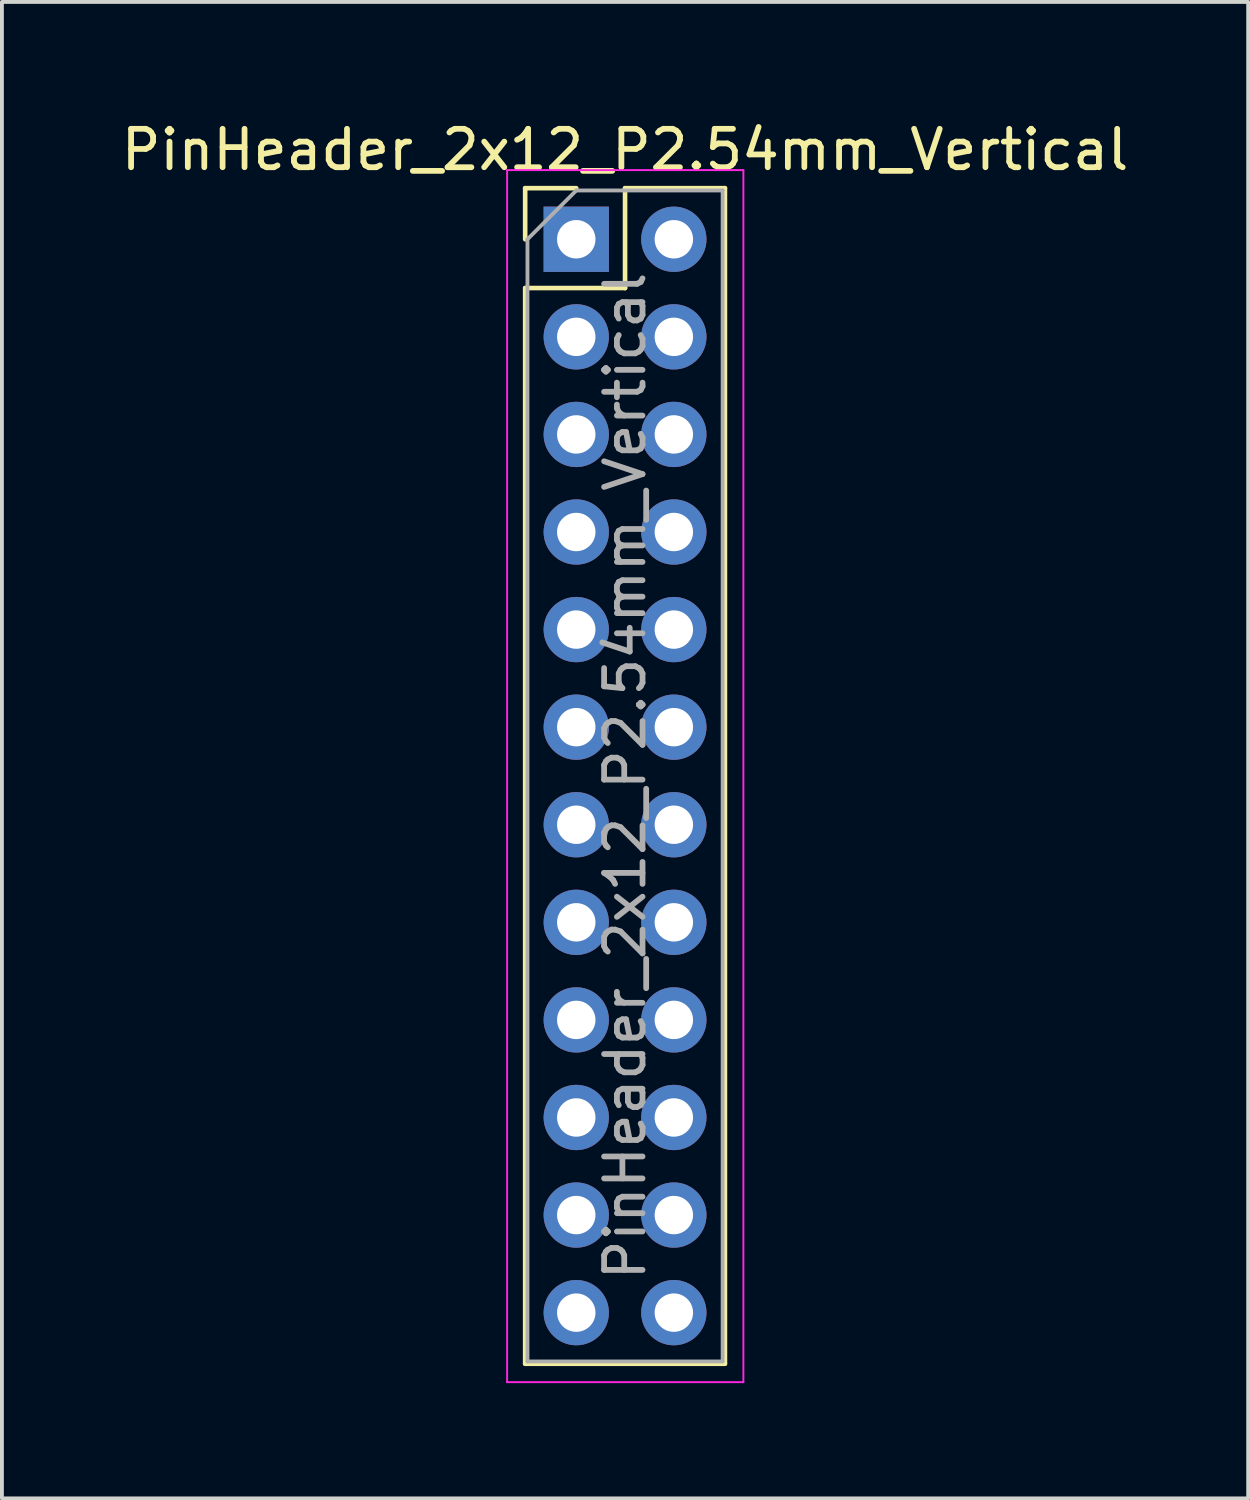
<source format=kicad_pcb>
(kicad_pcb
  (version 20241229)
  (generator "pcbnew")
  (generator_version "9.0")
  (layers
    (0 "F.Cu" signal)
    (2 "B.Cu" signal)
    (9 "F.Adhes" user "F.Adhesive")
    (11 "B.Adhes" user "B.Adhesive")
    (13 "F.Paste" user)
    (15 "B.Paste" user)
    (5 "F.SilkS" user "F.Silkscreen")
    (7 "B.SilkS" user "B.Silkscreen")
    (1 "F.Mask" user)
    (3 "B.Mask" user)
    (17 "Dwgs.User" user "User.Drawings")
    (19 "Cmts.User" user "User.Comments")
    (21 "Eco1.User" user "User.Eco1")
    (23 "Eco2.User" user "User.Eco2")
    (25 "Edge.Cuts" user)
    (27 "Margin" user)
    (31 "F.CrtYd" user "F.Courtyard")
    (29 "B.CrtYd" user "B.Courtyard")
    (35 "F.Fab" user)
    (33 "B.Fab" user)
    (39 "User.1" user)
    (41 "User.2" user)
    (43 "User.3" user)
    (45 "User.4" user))
  (footprint "PinHeader_2x12_P2.54mm_Vertical"
    (layer "F.Cu")
    (at 11.95 3.178)
    (property "Reference" "PinHeader_2x12_P2.54mm_Vertical" (at 1.27 -2.33 0) (layer "F.SilkS") (effects (font (size 1 1) (thickness 0.15))))
    (attr through_hole)
    (fp_line (start -1.33 -1.33) (end 0 -1.33) (stroke (width 0.12) (type solid)) (layer "F.SilkS"))
    (fp_line (start -1.33 0) (end -1.33 -1.33) (stroke (width 0.12) (type solid)) (layer "F.SilkS"))
    (fp_line (start -1.33 1.27) (end -1.33 29.27) (stroke (width 0.12) (type solid)) (layer "F.SilkS"))
    (fp_line (start -1.33 1.27) (end 1.27 1.27) (stroke (width 0.12) (type solid)) (layer "F.SilkS"))
    (fp_line (start -1.33 29.27) (end 3.87 29.27) (stroke (width 0.12) (type solid)) (layer "F.SilkS"))
    (fp_line (start 1.27 -1.33) (end 3.87 -1.33) (stroke (width 0.12) (type solid)) (layer "F.SilkS"))
    (fp_line (start 1.27 1.27) (end 1.27 -1.33) (stroke (width 0.12) (type solid)) (layer "F.SilkS"))
    (fp_line (start 3.87 -1.33) (end 3.87 29.27) (stroke (width 0.12) (type solid)) (layer "F.SilkS"))
    (fp_line (start -1.8 -1.8) (end -1.8 29.75) (stroke (width 0.05) (type solid)) (layer "F.CrtYd"))
    (fp_line (start -1.8 29.75) (end 4.35 29.75) (stroke (width 0.05) (type solid)) (layer "F.CrtYd"))
    (fp_line (start 4.35 -1.8) (end -1.8 -1.8) (stroke (width 0.05) (type solid)) (layer "F.CrtYd"))
    (fp_line (start 4.35 29.75) (end 4.35 -1.8) (stroke (width 0.05) (type solid)) (layer "F.CrtYd"))
    (fp_line (start -1.27 0) (end 0 -1.27) (stroke (width 0.1) (type solid)) (layer "F.Fab"))
    (fp_line (start -1.27 29.21) (end -1.27 0) (stroke (width 0.1) (type solid)) (layer "F.Fab"))
    (fp_line (start 0 -1.27) (end 3.81 -1.27) (stroke (width 0.1) (type solid)) (layer "F.Fab"))
    (fp_line (start 3.81 -1.27) (end 3.81 29.21) (stroke (width 0.1) (type solid)) (layer "F.Fab"))
    (fp_line (start 3.81 29.21) (end -1.27 29.21) (stroke (width 0.1) (type solid)) (layer "F.Fab"))
    (fp_text user "${REFERENCE}" (at 1.27 13.97 90) (layer "F.Fab") (effects (font (size 1 1) (thickness 0.15))))
    (pad "1" thru_hole rect (at 0 0) (size 1.7 1.7) (drill 1) (layers "*.Cu" "*.Mask"))
    (pad "2" thru_hole oval (at 2.54 0) (size 1.7 1.7) (drill 1) (layers "*.Cu" "*.Mask"))
    (pad "3" thru_hole oval (at 0 2.54) (size 1.7 1.7) (drill 1) (layers "*.Cu" "*.Mask"))
    (pad "4" thru_hole oval (at 2.54 2.54) (size 1.7 1.7) (drill 1) (layers "*.Cu" "*.Mask"))
    (pad "5" thru_hole oval (at 0 5.08) (size 1.7 1.7) (drill 1) (layers "*.Cu" "*.Mask"))
    (pad "6" thru_hole oval (at 2.54 5.08) (size 1.7 1.7) (drill 1) (layers "*.Cu" "*.Mask"))
    (pad "7" thru_hole oval (at 0 7.62) (size 1.7 1.7) (drill 1) (layers "*.Cu" "*.Mask"))
    (pad "8" thru_hole oval (at 2.54 7.62) (size 1.7 1.7) (drill 1) (layers "*.Cu" "*.Mask"))
    (pad "9" thru_hole oval (at 0 10.16) (size 1.7 1.7) (drill 1) (layers "*.Cu" "*.Mask"))
    (pad "10" thru_hole oval (at 2.54 10.16) (size 1.7 1.7) (drill 1) (layers "*.Cu" "*.Mask"))
    (pad "11" thru_hole oval (at 0 12.7) (size 1.7 1.7) (drill 1) (layers "*.Cu" "*.Mask"))
    (pad "12" thru_hole oval (at 2.54 12.7) (size 1.7 1.7) (drill 1) (layers "*.Cu" "*.Mask"))
    (pad "13" thru_hole oval (at 0 15.24) (size 1.7 1.7) (drill 1) (layers "*.Cu" "*.Mask"))
    (pad "14" thru_hole oval (at 2.54 15.24) (size 1.7 1.7) (drill 1) (layers "*.Cu" "*.Mask"))
    (pad "15" thru_hole oval (at 0 17.78) (size 1.7 1.7) (drill 1) (layers "*.Cu" "*.Mask"))
    (pad "16" thru_hole oval (at 2.54 17.78) (size 1.7 1.7) (drill 1) (layers "*.Cu" "*.Mask"))
    (pad "17" thru_hole oval (at 0 20.32) (size 1.7 1.7) (drill 1) (layers "*.Cu" "*.Mask"))
    (pad "18" thru_hole oval (at 2.54 20.32) (size 1.7 1.7) (drill 1) (layers "*.Cu" "*.Mask"))
    (pad "19" thru_hole oval (at 0 22.86) (size 1.7 1.7) (drill 1) (layers "*.Cu" "*.Mask"))
    (pad "20" thru_hole oval (at 2.54 22.86) (size 1.7 1.7) (drill 1) (layers "*.Cu" "*.Mask"))
    (pad "21" thru_hole oval (at 0 25.4) (size 1.7 1.7) (drill 1) (layers "*.Cu" "*.Mask"))
    (pad "22" thru_hole oval (at 2.54 25.4) (size 1.7 1.7) (drill 1) (layers "*.Cu" "*.Mask"))
    (pad "23" thru_hole oval (at 0 27.94) (size 1.7 1.7) (drill 1) (layers "*.Cu" "*.Mask"))
    (pad "24" thru_hole oval (at 2.54 27.94) (size 1.7 1.7) (drill 1) (layers "*.Cu" "*.Mask")))
  (gr_rect
    (start -3 -3)
    (end 29.44 35.953)
    (stroke (width 0.1) (type default))
    (fill no)
    (layer "Edge.Cuts")))
</source>
